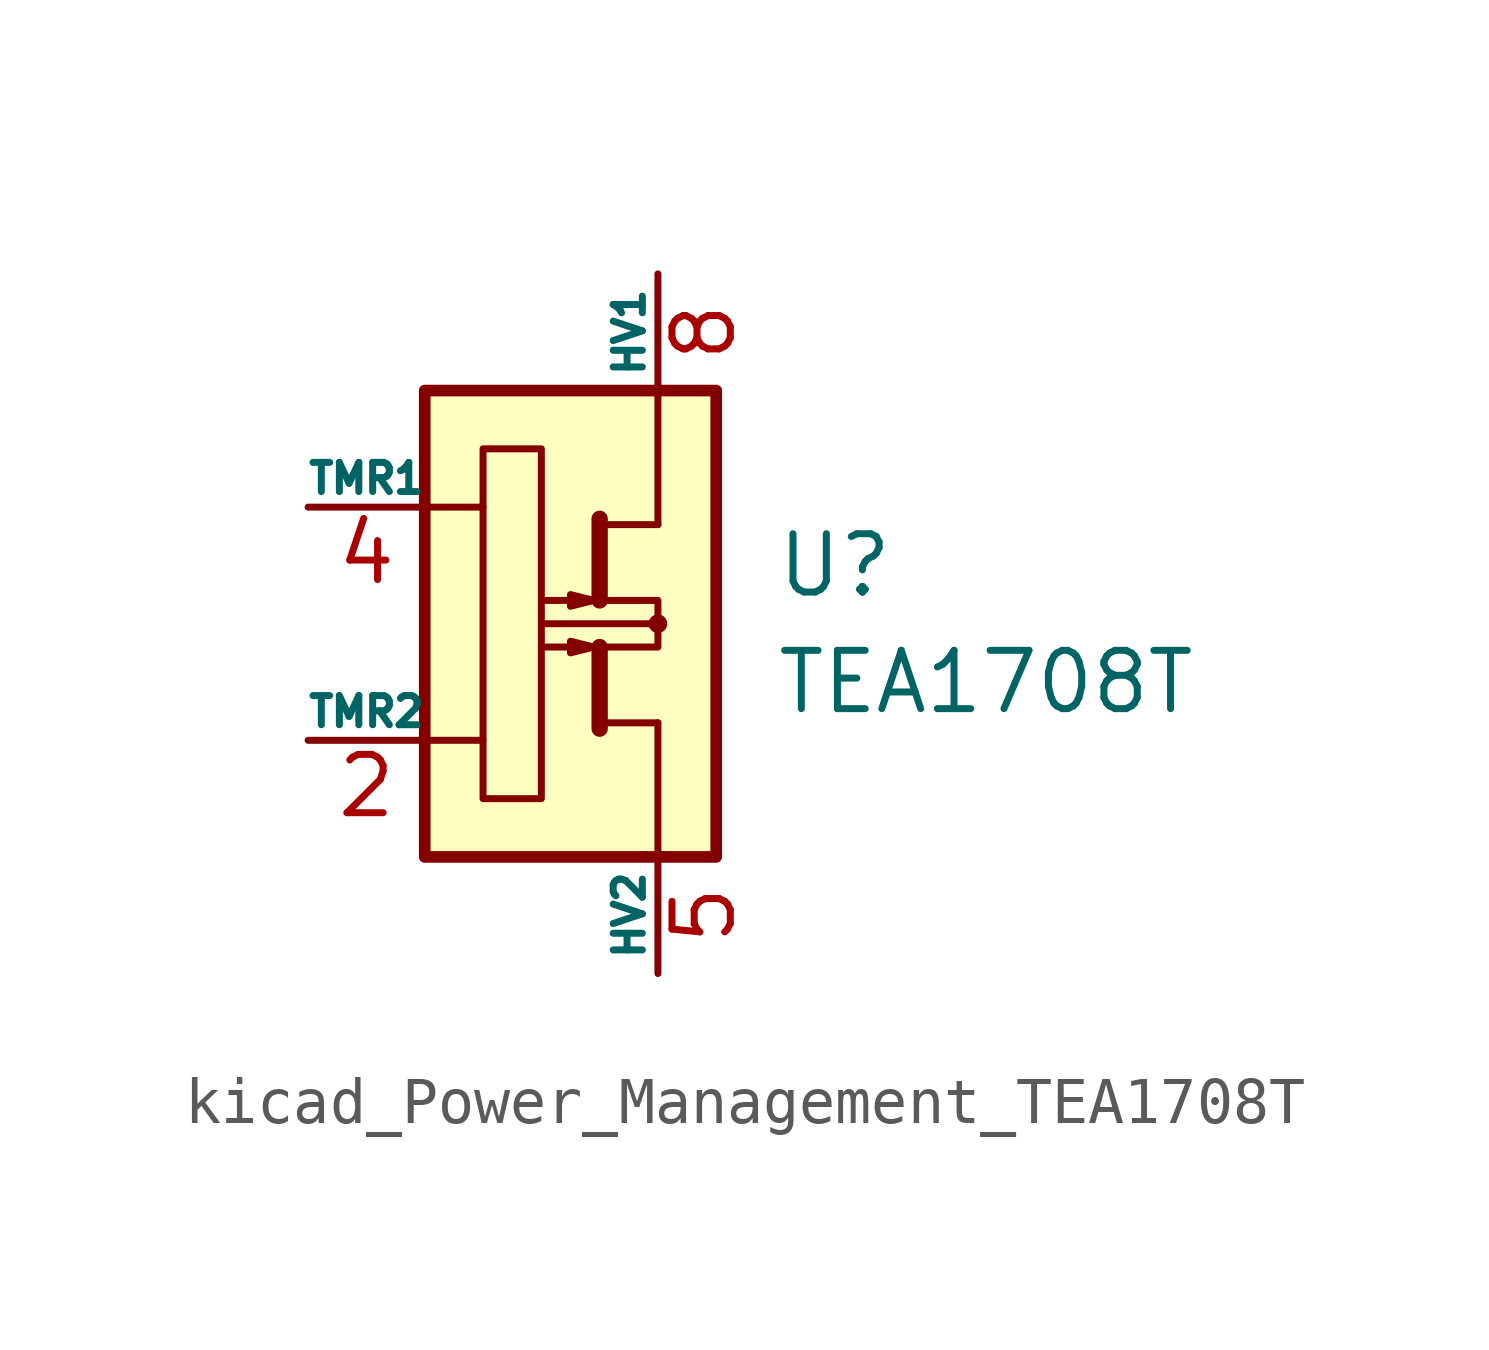
<source format=kicad_sym>
(kicad_symbol_lib
  (version 20220914)
  (generator kicad_symbol_editor)
  (symbol "kicad_Power_Management_TEA1708T"
    (pin_names
      (offset 0))
    (property "Reference" "U"
      (at 5.08 1.27 0)
      (effects (font (size 1.27 1.27)) (justify left)))
    (property "Value" "TEA1708T"
      (at 5.08 -1.27 0)
      (effects (font (size 1.27 1.27)) (justify left)))
    (symbol "kicad_Power_Management_TEA1708T_0_1"
      (rectangle (start -2.54 5.08) (end 3.81 -5.08) (stroke (width 0.254) (type default)) (fill (type background)))
      (rectangle (start -1.27 3.81) (end 0 -3.81) (stroke (width 0) (type default)) (fill (type none)))
      (polyline (pts (xy -2.54 2.54) (xy -1.27 2.54)) (stroke (width 0) (type default)) (fill (type none)))
      (polyline (pts (xy -1.27 -2.54) (xy -2.54 -2.54)) (stroke (width 0) (type default)) (fill (type none)))
      (polyline (pts (xy 1.27 -2.159) (xy 2.54 -2.159)) (stroke (width 0) (type default)) (fill (type none)))
      (polyline (pts (xy 1.27 2.159) (xy 2.54 2.159)) (stroke (width 0) (type default)) (fill (type none)))
      (polyline (pts (xy 2.413 0) (xy 0 0)) (stroke (width 0) (type default)) (fill (type none)))
      (polyline (pts (xy 2.54 2.159) (xy 2.54 5.08)) (stroke (width 0) (type default)) (fill (type none)))
      (polyline (pts (xy 1.27 -0.508) (xy 1.27 -2.286) (xy 1.27 -2.286)) (stroke (width 0.356) (type default)) (fill (type none)))
      (polyline (pts (xy 1.27 2.286) (xy 1.27 0.508) (xy 1.27 2.032)) (stroke (width 0.356) (type default)) (fill (type none)))
      (polyline (pts (xy 2.54 -2.159) (xy 2.54 -5.08) (xy 2.54 -3.175)) (stroke (width 0) (type default)) (fill (type none)))
      (polyline (pts (xy 0 0.508) (xy 2.54 0.508) (xy 2.54 -0.508) (xy 0 -0.508)) (stroke (width 0) (type default)) (fill (type none)))
      (circle (center 2.54 0) (radius 0.127) (stroke (width 0) (type default)) (fill (type none))))
    (symbol "kicad_Power_Management_TEA1708T_1_1"
      (polyline (pts (xy 1.143 -0.508) (xy 0.635 -0.635) (xy 0.635 -0.381) (xy 1.143 -0.508)) (stroke (width 0) (type default)) (fill (type none)))
      (polyline (pts (xy 1.143 0.508) (xy 0.635 0.381) (xy 0.635 0.635) (xy 1.143 0.508)) (stroke (width 0) (type default)) (fill (type none)))
      (pin no_connect line (at -2.54 5.08 0) (length 2.54) hide (name "NC" (effects (font (size 1.27 1.27)))) (number "1" (effects (font (size 1.27 1.27)))))
      (pin passive line (at -5.08 -2.54 0) (length 2.54) (name "TMR2" (effects (font (size 0.635 0.635)))) (number "2" (effects (font (size 1.27 1.27)))))
      (pin no_connect line (at -2.54 2.54 0) (length 2.54) hide (name "NC" (effects (font (size 1.27 1.27)))) (number "3" (effects (font (size 1.27 1.27)))))
      (pin passive line (at -5.08 2.54 0) (length 2.54) (name "TMR1" (effects (font (size 0.635 0.635)))) (number "4" (effects (font (size 1.27 1.27)))))
      (pin passive line (at 2.54 -7.62 90) (length 2.54) (name "HV2" (effects (font (size 0.635 0.635)))) (number "5" (effects (font (size 1.27 1.27)))))
      (pin no_connect line (at -2.54 -2.54 0) (length 2.54) hide (name "NC" (effects (font (size 1.27 1.27)))) (number "6" (effects (font (size 1.27 1.27)))))
      (pin no_connect line (at -2.54 -5.08 0) (length 2.54) hide (name "NC" (effects (font (size 1.27 1.27)))) (number "7" (effects (font (size 1.27 1.27)))))
      (pin passive line (at 2.54 7.62 270) (length 2.54) (name "HV1" (effects (font (size 0.635 0.635)))) (number "8" (effects (font (size 1.27 1.27))))))))
</source>
